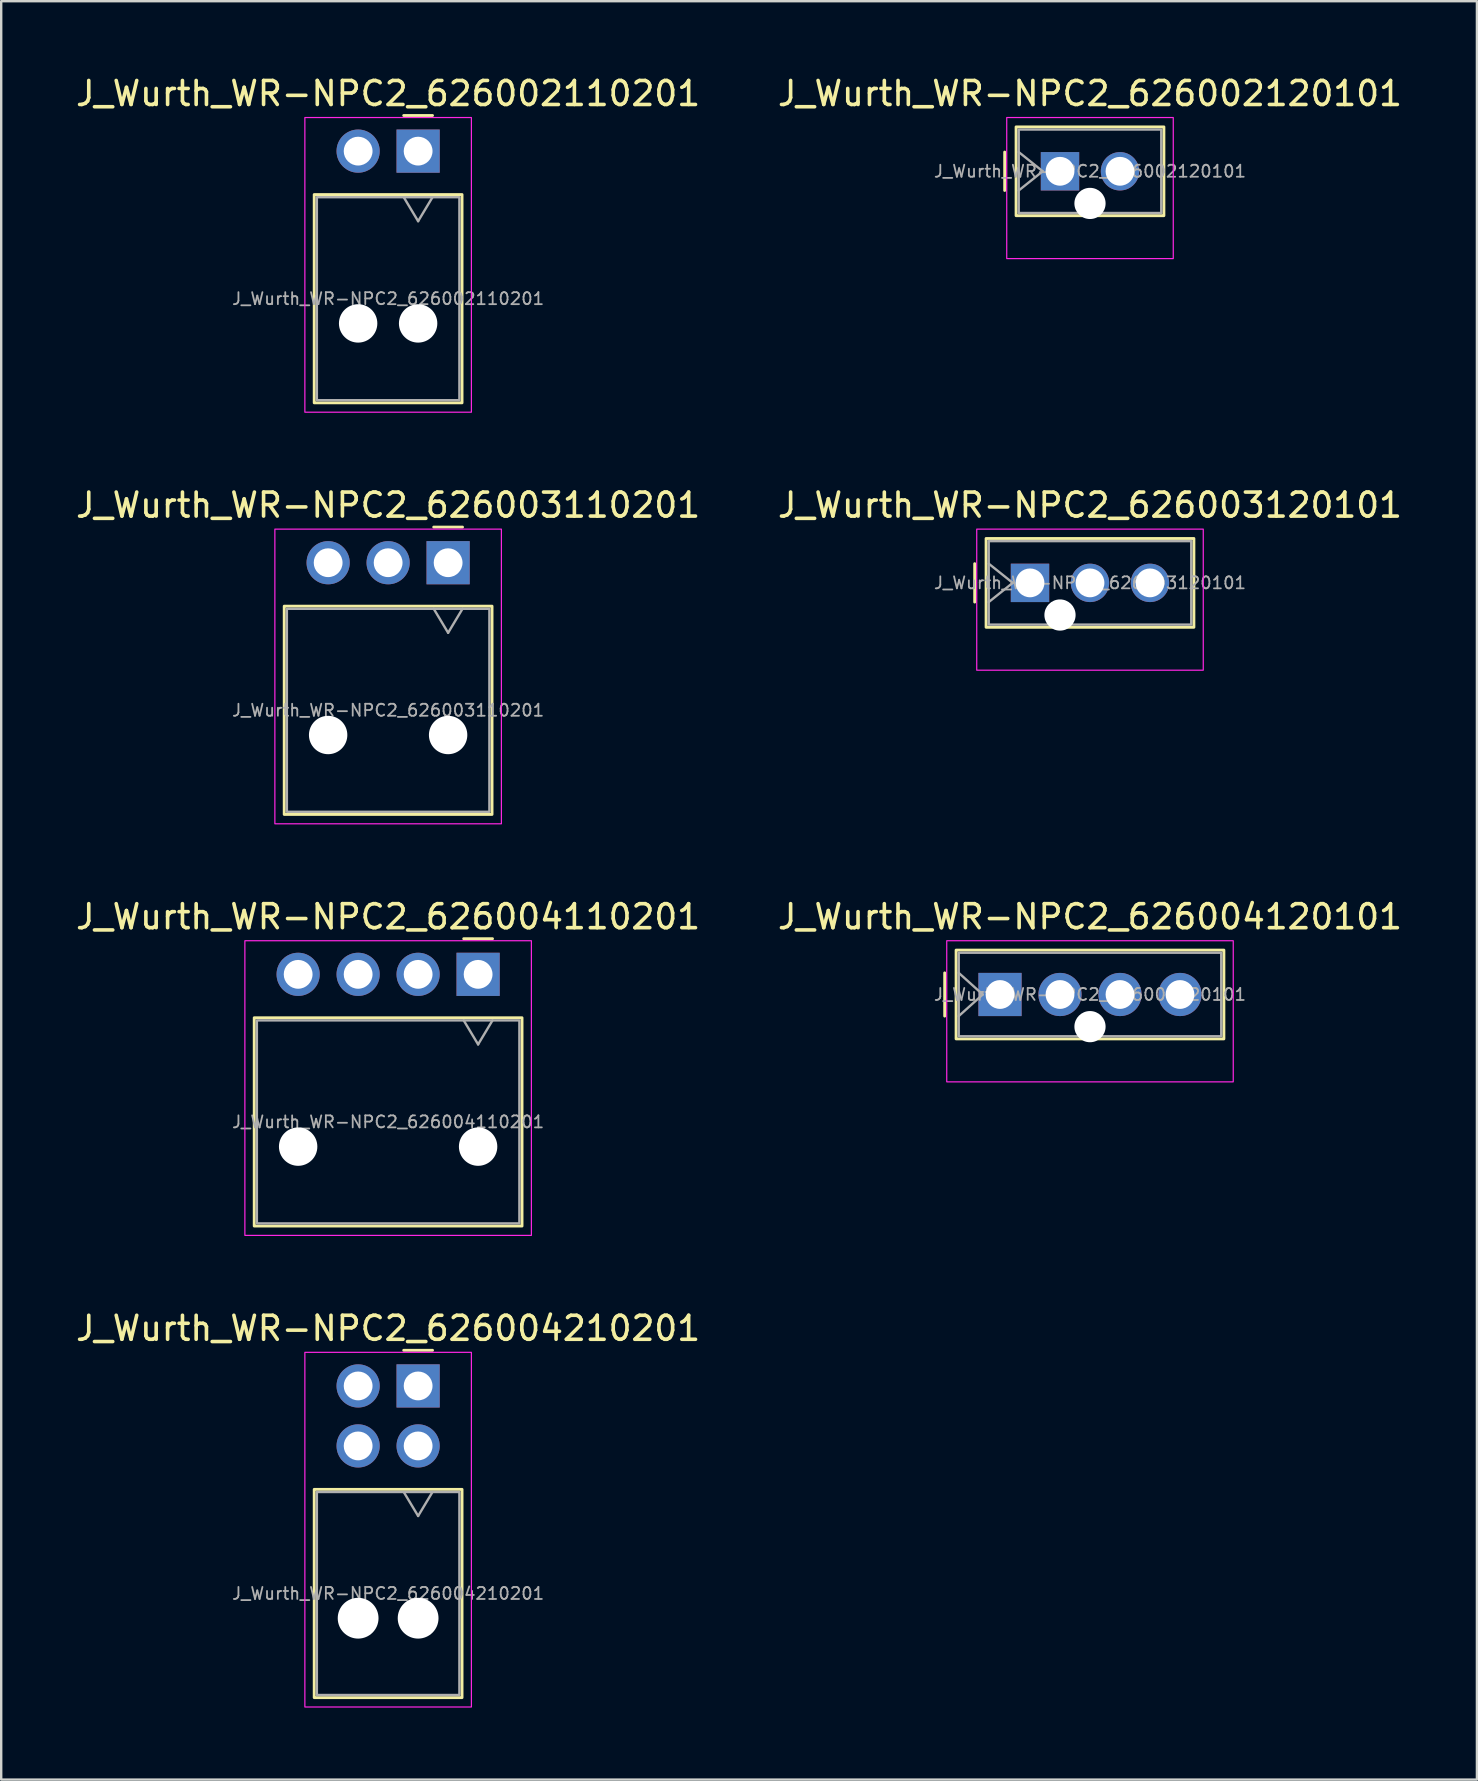
<source format=kicad_pcb>
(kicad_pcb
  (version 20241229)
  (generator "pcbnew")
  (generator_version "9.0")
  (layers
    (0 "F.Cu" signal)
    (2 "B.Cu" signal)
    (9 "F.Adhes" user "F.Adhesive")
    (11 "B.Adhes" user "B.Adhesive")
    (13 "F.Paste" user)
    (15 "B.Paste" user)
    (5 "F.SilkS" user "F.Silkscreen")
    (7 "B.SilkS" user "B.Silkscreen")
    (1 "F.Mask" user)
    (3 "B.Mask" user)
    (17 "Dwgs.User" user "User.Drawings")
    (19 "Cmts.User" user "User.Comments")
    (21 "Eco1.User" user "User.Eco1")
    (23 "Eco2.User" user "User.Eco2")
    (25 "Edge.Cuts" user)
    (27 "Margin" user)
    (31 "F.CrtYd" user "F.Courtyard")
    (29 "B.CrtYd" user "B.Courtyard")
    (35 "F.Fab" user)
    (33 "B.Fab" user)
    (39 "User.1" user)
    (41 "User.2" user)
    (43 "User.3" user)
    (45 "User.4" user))
  (footprint "J_Wurth_WR-NPC2_626004210201"
    (layer "F.Cu")
    (at 14.375 54.708)
    (property "Reference" "J_Wurth_WR-NPC2_626004210201" (at -1.25 -2.4 0) (unlocked yes) (layer "F.SilkS") (effects (font (size 1 1) (thickness 0.15))))
    (attr through_hole)
    (fp_line (start -0.6 -1.485) (end 0.6 -1.485) (stroke (width 0.12) (type default)) (layer "F.SilkS"))
    (fp_rect (start -4.33 4.31) (end 1.83 12.99) (stroke (width 0.12) (type default)) (fill no) (layer "F.SilkS"))
    (fp_rect (start -4.72 -1.4) (end 2.22 13.38) (stroke (width 0.05) (type default)) (fill no) (layer "F.CrtYd"))
    (fp_line (start -0.6 4.42) (end 0 5.42) (stroke (width 0.1) (type default)) (layer "F.Fab"))
    (fp_line (start 0.6 4.42) (end 0 5.42) (stroke (width 0.1) (type default)) (layer "F.Fab"))
    (fp_rect (start -4.22 4.42) (end 1.72 12.88) (stroke (width 0.1) (type default)) (fill no) (layer "F.Fab"))
    (fp_text user "${REFERENCE}" (at -1.25 8.65 0) (unlocked yes) (layer "F.Fab") (effects (font (size 0.5 0.5) (thickness 0.075))))
    (pad "" np_thru_hole circle (at -2.5 9.68) (size 1.7 1.7) (drill 1.7) (layers "*.Cu" "*.Mask"))
    (pad "" np_thru_hole circle (at 0 9.68) (size 1.7 1.7) (drill 1.7) (layers "*.Cu" "*.Mask"))
    (pad "1" thru_hole rect (at 0 0) (size 1.8 1.8) (drill 1.2) (layers "*.Cu" "*.Mask"))
    (pad "2" thru_hole circle (at -2.5 0) (size 1.8 1.8) (drill 1.2) (layers "*.Cu" "*.Mask"))
    (pad "3" thru_hole circle (at 0 2.5) (size 1.8 1.8) (drill 1.2) (layers "*.Cu" "*.Mask"))
    (pad "4" thru_hole circle (at -2.5 2.5) (size 1.8 1.8) (drill 1.2) (layers "*.Cu" "*.Mask")))
  (footprint "J_Wurth_WR-NPC2_626004120101"
    (layer "F.Cu")
    (at 38.625 38.395)
    (property "Reference" "J_Wurth_WR-NPC2_626004120101" (at 3.75 -3.24 0) (unlocked yes) (layer "F.SilkS") (effects (font (size 1 1) (thickness 0.15))))
    (attr through_hole)
    (fp_line (start -2.305 -0.9) (end -2.305 0.9) (stroke (width 0.12) (type default)) (layer "F.SilkS"))
    (fp_rect (start -1.83 -1.85) (end 9.33 1.85) (stroke (width 0.12) (type default)) (fill no) (layer "F.SilkS"))
    (fp_rect (start -2.22 -2.24) (end 9.72 3.64) (stroke (width 0.05) (type default)) (fill no) (layer "F.CrtYd"))
    (fp_line (start -1.72 -0.9) (end -0.72 0) (stroke (width 0.1) (type default)) (layer "F.Fab"))
    (fp_line (start -1.72 0.9) (end -0.72 0) (stroke (width 0.1) (type default)) (layer "F.Fab"))
    (fp_rect (start -1.72 -1.74) (end 9.22 1.74) (stroke (width 0.1) (type default)) (fill no) (layer "F.Fab"))
    (fp_text user "${REFERENCE}" (at 3.75 0 0) (unlocked yes) (layer "F.Fab") (effects (font (size 0.5 0.5) (thickness 0.075))))
    (pad "" np_thru_hole circle (at 3.75 1.34) (size 1.3 1.3) (drill 1.3) (layers "*.Cu" "*.Mask"))
    (pad "1" thru_hole rect (at 0 0) (size 1.8 1.8) (drill 1.2) (layers "*.Cu" "*.Mask"))
    (pad "2" thru_hole circle (at 2.5 0) (size 1.8 1.8) (drill 1.2) (layers "*.Cu" "*.Mask"))
    (pad "3" thru_hole circle (at 5 0) (size 1.8 1.8) (drill 1.2) (layers "*.Cu" "*.Mask"))
    (pad "4" thru_hole circle (at 7.5 0) (size 1.8 1.8) (drill 1.2) (layers "*.Cu" "*.Mask")))
  (footprint "J_Wurth_WR-NPC2_626002110201"
    (layer "F.Cu")
    (at 14.375 3.248)
    (property "Reference" "J_Wurth_WR-NPC2_626002110201" (at -1.25 -2.4 0) (unlocked yes) (layer "F.SilkS") (effects (font (size 1 1) (thickness 0.15))))
    (attr through_hole)
    (fp_line (start -0.6 -1.485) (end 0.6 -1.485) (stroke (width 0.12) (type default)) (layer "F.SilkS"))
    (fp_rect (start -4.33 1.81) (end 1.83 10.49) (stroke (width 0.12) (type default)) (fill no) (layer "F.SilkS"))
    (fp_rect (start -4.72 -1.4) (end 2.22 10.88) (stroke (width 0.05) (type default)) (fill no) (layer "F.CrtYd"))
    (fp_line (start -0.6 1.92) (end 0 2.92) (stroke (width 0.1) (type default)) (layer "F.Fab"))
    (fp_line (start 0.6 1.92) (end 0 2.92) (stroke (width 0.1) (type default)) (layer "F.Fab"))
    (fp_rect (start -4.22 1.92) (end 1.72 10.38) (stroke (width 0.1) (type default)) (fill no) (layer "F.Fab"))
    (fp_text user "${REFERENCE}" (at -1.25 6.15 0) (unlocked yes) (layer "F.Fab") (effects (font (size 0.5 0.5) (thickness 0.075))))
    (pad "" np_thru_hole circle (at -2.5 7.18) (size 1.6 1.6) (drill 1.6) (layers "*.Cu" "*.Mask"))
    (pad "" np_thru_hole circle (at 0 7.18) (size 1.6 1.6) (drill 1.6) (layers "*.Cu" "*.Mask"))
    (pad "1" thru_hole rect (at 0 0) (size 1.8 1.8) (drill 1.2) (layers "*.Cu" "*.Mask"))
    (pad "2" thru_hole circle (at -2.5 0) (size 1.8 1.8) (drill 1.2) (layers "*.Cu" "*.Mask")))
  (footprint "J_Wurth_WR-NPC2_626003110201"
    (layer "F.Cu")
    (at 15.625 20.401)
    (property "Reference" "J_Wurth_WR-NPC2_626003110201" (at -2.5 -2.4 0) (unlocked yes) (layer "F.SilkS") (effects (font (size 1 1) (thickness 0.15))))
    (attr through_hole)
    (fp_line (start -0.6 -1.485) (end 0.6 -1.485) (stroke (width 0.12) (type default)) (layer "F.SilkS"))
    (fp_rect (start -6.83 1.81) (end 1.83 10.49) (stroke (width 0.12) (type default)) (fill no) (layer "F.SilkS"))
    (fp_rect (start -7.22 -1.4) (end 2.22 10.88) (stroke (width 0.05) (type default)) (fill no) (layer "F.CrtYd"))
    (fp_line (start -0.6 1.92) (end 0 2.92) (stroke (width 0.1) (type default)) (layer "F.Fab"))
    (fp_line (start 0.6 1.92) (end 0 2.92) (stroke (width 0.1) (type default)) (layer "F.Fab"))
    (fp_rect (start -6.72 1.92) (end 1.72 10.38) (stroke (width 0.1) (type default)) (fill no) (layer "F.Fab"))
    (fp_text user "${REFERENCE}" (at -2.5 6.15 0) (unlocked yes) (layer "F.Fab") (effects (font (size 0.5 0.5) (thickness 0.075))))
    (pad "" np_thru_hole circle (at -5 7.18) (size 1.6 1.6) (drill 1.6) (layers "*.Cu" "*.Mask"))
    (pad "" np_thru_hole circle (at 0 7.18) (size 1.6 1.6) (drill 1.6) (layers "*.Cu" "*.Mask"))
    (pad "1" thru_hole rect (at 0 0) (size 1.8 1.8) (drill 1.2) (layers "*.Cu" "*.Mask"))
    (pad "2" thru_hole circle (at -2.5 0) (size 1.8 1.8) (drill 1.2) (layers "*.Cu" "*.Mask"))
    (pad "3" thru_hole circle (at -5 0) (size 1.8 1.8) (drill 1.2) (layers "*.Cu" "*.Mask")))
  (footprint "J_Wurth_WR-NPC2_626004110201"
    (layer "F.Cu")
    (at 16.875 37.555)
    (property "Reference" "J_Wurth_WR-NPC2_626004110201" (at -3.75 -2.4 0) (unlocked yes) (layer "F.SilkS") (effects (font (size 1 1) (thickness 0.15))))
    (attr through_hole)
    (fp_line (start -0.6 -1.485) (end 0.6 -1.485) (stroke (width 0.12) (type default)) (layer "F.SilkS"))
    (fp_rect (start -9.33 1.81) (end 1.83 10.49) (stroke (width 0.12) (type default)) (fill no) (layer "F.SilkS"))
    (fp_rect (start -9.72 -1.4) (end 2.22 10.88) (stroke (width 0.05) (type default)) (fill no) (layer "F.CrtYd"))
    (fp_line (start -0.6 1.92) (end 0 2.92) (stroke (width 0.1) (type default)) (layer "F.Fab"))
    (fp_line (start 0.6 1.92) (end 0 2.92) (stroke (width 0.1) (type default)) (layer "F.Fab"))
    (fp_rect (start -9.22 1.92) (end 1.72 10.38) (stroke (width 0.1) (type default)) (fill no) (layer "F.Fab"))
    (fp_text user "${REFERENCE}" (at -3.75 6.15 0) (unlocked yes) (layer "F.Fab") (effects (font (size 0.5 0.5) (thickness 0.075))))
    (pad "" np_thru_hole circle (at -7.5 7.18) (size 1.6 1.6) (drill 1.6) (layers "*.Cu" "*.Mask"))
    (pad "" np_thru_hole circle (at 0 7.18) (size 1.6 1.6) (drill 1.6) (layers "*.Cu" "*.Mask"))
    (pad "1" thru_hole rect (at 0 0) (size 1.8 1.8) (drill 1.2) (layers "*.Cu" "*.Mask"))
    (pad "2" thru_hole circle (at -2.5 0) (size 1.8 1.8) (drill 1.2) (layers "*.Cu" "*.Mask"))
    (pad "3" thru_hole circle (at -5 0) (size 1.8 1.8) (drill 1.2) (layers "*.Cu" "*.Mask"))
    (pad "4" thru_hole circle (at -7.5 0) (size 1.8 1.8) (drill 1.2) (layers "*.Cu" "*.Mask")))
  (footprint "J_Wurth_WR-NPC2_626003120101"
    (layer "F.Cu")
    (at 39.875 21.241)
    (property "Reference" "J_Wurth_WR-NPC2_626003120101" (at 2.5 -3.24 0) (unlocked yes) (layer "F.SilkS") (effects (font (size 1 1) (thickness 0.15))))
    (attr through_hole)
    (fp_line (start -2.305 -0.8) (end -2.305 0.8) (stroke (width 0.12) (type default)) (layer "F.SilkS"))
    (fp_rect (start -1.83 -1.85) (end 6.83 1.85) (stroke (width 0.12) (type default)) (fill no) (layer "F.SilkS"))
    (fp_rect (start -2.22 -2.24) (end 7.22 3.64) (stroke (width 0.05) (type default)) (fill no) (layer "F.CrtYd"))
    (fp_line (start -1.72 -0.8) (end -0.72 0) (stroke (width 0.1) (type default)) (layer "F.Fab"))
    (fp_line (start -1.72 0.8) (end -0.72 0) (stroke (width 0.1) (type default)) (layer "F.Fab"))
    (fp_rect (start -1.72 -1.74) (end 6.72 1.74) (stroke (width 0.1) (type default)) (fill no) (layer "F.Fab"))
    (fp_text user "${REFERENCE}" (at 2.5 0 0) (unlocked yes) (layer "F.Fab") (effects (font (size 0.5 0.5) (thickness 0.075))))
    (pad "" np_thru_hole circle (at 1.25 1.34) (size 1.3 1.3) (drill 1.3) (layers "*.Cu" "*.Mask"))
    (pad "1" thru_hole rect (at 0 0) (size 1.6 1.6) (drill 1.2) (layers "*.Cu" "*.Mask"))
    (pad "2" thru_hole circle (at 2.5 0) (size 1.6 1.6) (drill 1.2) (layers "*.Cu" "*.Mask"))
    (pad "3" thru_hole circle (at 5 0) (size 1.6 1.6) (drill 1.2) (layers "*.Cu" "*.Mask")))
  (footprint "J_Wurth_WR-NPC2_626002120101"
    (layer "F.Cu")
    (at 41.125 4.088)
    (property "Reference" "J_Wurth_WR-NPC2_626002120101" (at 1.25 -3.24 0) (unlocked yes) (layer "F.SilkS") (effects (font (size 1 1) (thickness 0.15))))
    (attr through_hole)
    (fp_line (start -2.305 -0.8) (end -2.305 0.8) (stroke (width 0.12) (type default)) (layer "F.SilkS"))
    (fp_rect (start -1.83 -1.85) (end 4.33 1.85) (stroke (width 0.12) (type default)) (fill no) (layer "F.SilkS"))
    (fp_rect (start -2.22 -2.24) (end 4.72 3.64) (stroke (width 0.05) (type default)) (fill no) (layer "F.CrtYd"))
    (fp_line (start -1.72 -0.8) (end -0.72 0) (stroke (width 0.1) (type default)) (layer "F.Fab"))
    (fp_line (start -1.72 0.8) (end -0.72 0) (stroke (width 0.1) (type default)) (layer "F.Fab"))
    (fp_rect (start -1.72 -1.74) (end 4.22 1.74) (stroke (width 0.1) (type default)) (fill no) (layer "F.Fab"))
    (fp_text user "${REFERENCE}" (at 1.25 0 0) (unlocked yes) (layer "F.Fab") (effects (font (size 0.5 0.5) (thickness 0.075))))
    (pad "" np_thru_hole circle (at 1.25 1.34) (size 1.3 1.3) (drill 1.3) (layers "*.Cu" "*.Mask"))
    (pad "1" thru_hole rect (at 0 0) (size 1.6 1.6) (drill 1.2) (layers "*.Cu" "*.Mask"))
    (pad "2" thru_hole circle (at 2.5 0) (size 1.6 1.6) (drill 1.2) (layers "*.Cu" "*.Mask")))
  (gr_rect
    (start -3 -3)
    (end 58.5 71.113)
    (stroke (width 0.1) (type default))
    (fill no)
    (layer "Edge.Cuts")))
</source>
